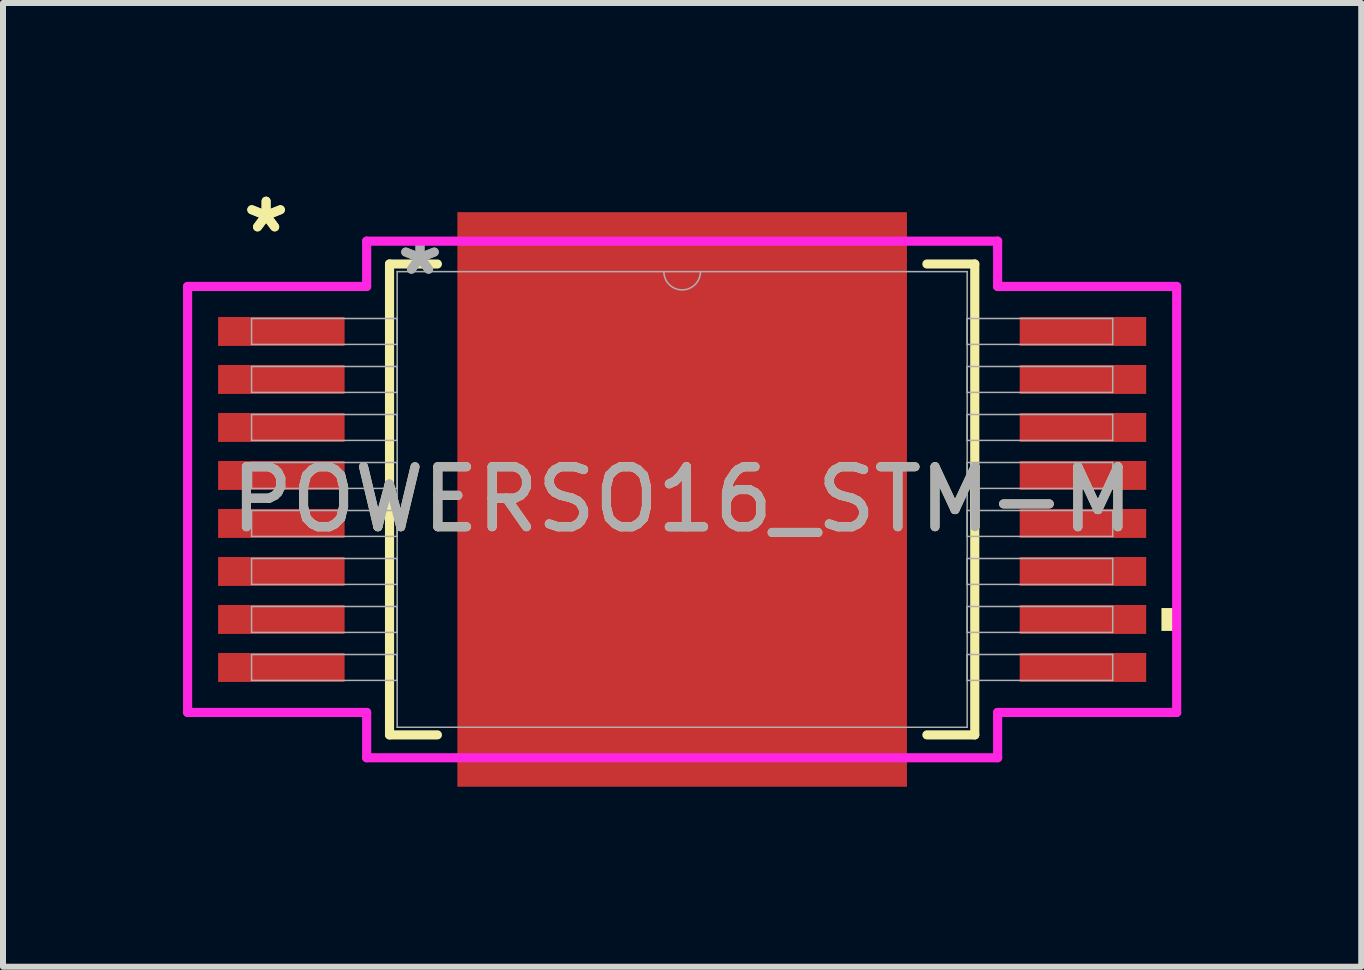
<source format=kicad_pcb>
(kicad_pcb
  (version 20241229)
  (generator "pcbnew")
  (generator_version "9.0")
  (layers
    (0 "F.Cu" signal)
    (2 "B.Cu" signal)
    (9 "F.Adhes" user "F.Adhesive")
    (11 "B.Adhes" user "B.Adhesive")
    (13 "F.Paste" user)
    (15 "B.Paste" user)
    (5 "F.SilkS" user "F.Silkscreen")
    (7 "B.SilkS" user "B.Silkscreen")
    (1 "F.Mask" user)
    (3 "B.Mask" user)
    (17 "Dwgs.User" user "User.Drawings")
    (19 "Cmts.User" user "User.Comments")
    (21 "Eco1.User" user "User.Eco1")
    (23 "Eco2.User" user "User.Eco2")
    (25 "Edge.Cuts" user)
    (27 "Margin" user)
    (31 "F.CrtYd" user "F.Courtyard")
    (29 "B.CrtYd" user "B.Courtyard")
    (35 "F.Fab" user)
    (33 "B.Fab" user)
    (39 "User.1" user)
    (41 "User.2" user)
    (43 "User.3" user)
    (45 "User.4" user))
  (footprint "POWERSO16_STM-M"
    (layer "F.Cu")
    (at 8.319 5.274)
    (property "Reference" "POWERSO16_STM-M" (at 0 0 0) (unlocked yes) (layer "F.SilkS") (effects (font (size 1 1) (thickness 0.15))))
    (attr smd)
    (fp_line (start -4.877 -3.924) (end -4.877 3.924) (stroke (width 0.152) (type solid)) (layer "F.SilkS"))
    (fp_line (start -4.877 3.924) (end -4.079 3.924) (stroke (width 0.152) (type solid)) (layer "F.SilkS"))
    (fp_line (start -4.079 -3.924) (end -4.877 -3.924) (stroke (width 0.152) (type solid)) (layer "F.SilkS"))
    (fp_line (start 4.079 3.924) (end 4.877 3.924) (stroke (width 0.152) (type solid)) (layer "F.SilkS"))
    (fp_line (start 4.877 -3.924) (end 4.079 -3.924) (stroke (width 0.152) (type solid)) (layer "F.SilkS"))
    (fp_line (start 4.877 3.924) (end 4.877 -3.924) (stroke (width 0.152) (type solid)) (layer "F.SilkS"))
    (fp_poly (pts (xy 8.242 1.81) (xy 8.242 2.191) (xy 7.988 2.191) (xy 7.988 1.81)) (stroke (width 0) (type solid)) (fill yes) (layer "F.SilkS"))
    (fp_poly (pts (xy -3.647 -4.688) (xy -3.647 -3.52) (xy -2.348 -3.52) (xy -2.348 -4.688)) (stroke (width 0) (type solid)) (fill yes) (layer "F.Paste"))
    (fp_poly (pts (xy -3.647 -3.32) (xy -3.647 -2.152) (xy -2.348 -2.152) (xy -2.348 -3.32)) (stroke (width 0) (type solid)) (fill yes) (layer "F.Paste"))
    (fp_poly (pts (xy -3.647 -1.952) (xy -3.647 -0.784) (xy -2.348 -0.784) (xy -2.348 -1.952)) (stroke (width 0) (type solid)) (fill yes) (layer "F.Paste"))
    (fp_poly (pts (xy -3.647 -0.584) (xy -3.647 0.584) (xy -2.348 0.584) (xy -2.348 -0.584)) (stroke (width 0) (type solid)) (fill yes) (layer "F.Paste"))
    (fp_poly (pts (xy -3.647 0.784) (xy -3.647 1.952) (xy -2.348 1.952) (xy -2.348 0.784)) (stroke (width 0) (type solid)) (fill yes) (layer "F.Paste"))
    (fp_poly (pts (xy -3.647 2.152) (xy -3.647 3.32) (xy -2.348 3.32) (xy -2.348 2.152)) (stroke (width 0) (type solid)) (fill yes) (layer "F.Paste"))
    (fp_poly (pts (xy -3.647 3.52) (xy -3.647 4.688) (xy -2.348 4.688) (xy -2.348 3.52)) (stroke (width 0) (type solid)) (fill yes) (layer "F.Paste"))
    (fp_poly (pts (xy -2.148 -4.688) (xy -2.148 -3.52) (xy -0.849 -3.52) (xy -0.849 -4.688)) (stroke (width 0) (type solid)) (fill yes) (layer "F.Paste"))
    (fp_poly (pts (xy -2.148 -3.32) (xy -2.148 -2.152) (xy -0.849 -2.152) (xy -0.849 -3.32)) (stroke (width 0) (type solid)) (fill yes) (layer "F.Paste"))
    (fp_poly (pts (xy -2.148 -1.952) (xy -2.148 -0.784) (xy -0.849 -0.784) (xy -0.849 -1.952)) (stroke (width 0) (type solid)) (fill yes) (layer "F.Paste"))
    (fp_poly (pts (xy -2.148 -0.584) (xy -2.148 0.584) (xy -0.849 0.584) (xy -0.849 -0.584)) (stroke (width 0) (type solid)) (fill yes) (layer "F.Paste"))
    (fp_poly (pts (xy -2.148 0.784) (xy -2.148 1.952) (xy -0.849 1.952) (xy -0.849 0.784)) (stroke (width 0) (type solid)) (fill yes) (layer "F.Paste"))
    (fp_poly (pts (xy -2.148 2.152) (xy -2.148 3.32) (xy -0.849 3.32) (xy -0.849 2.152)) (stroke (width 0) (type solid)) (fill yes) (layer "F.Paste"))
    (fp_poly (pts (xy -2.148 3.52) (xy -2.148 4.688) (xy -0.849 4.688) (xy -0.849 3.52)) (stroke (width 0) (type solid)) (fill yes) (layer "F.Paste"))
    (fp_poly (pts (xy -0.649 -4.688) (xy -0.649 -3.52) (xy 0.649 -3.52) (xy 0.649 -4.688)) (stroke (width 0) (type solid)) (fill yes) (layer "F.Paste"))
    (fp_poly (pts (xy -0.649 -3.32) (xy -0.649 -2.152) (xy 0.649 -2.152) (xy 0.649 -3.32)) (stroke (width 0) (type solid)) (fill yes) (layer "F.Paste"))
    (fp_poly (pts (xy -0.649 -1.952) (xy -0.649 -0.784) (xy 0.649 -0.784) (xy 0.649 -1.952)) (stroke (width 0) (type solid)) (fill yes) (layer "F.Paste"))
    (fp_poly (pts (xy -0.649 -0.584) (xy -0.649 0.584) (xy 0.649 0.584) (xy 0.649 -0.584)) (stroke (width 0) (type solid)) (fill yes) (layer "F.Paste"))
    (fp_poly (pts (xy -0.649 0.784) (xy -0.649 1.952) (xy 0.649 1.952) (xy 0.649 0.784)) (stroke (width 0) (type solid)) (fill yes) (layer "F.Paste"))
    (fp_poly (pts (xy -0.649 2.152) (xy -0.649 3.32) (xy 0.649 3.32) (xy 0.649 2.152)) (stroke (width 0) (type solid)) (fill yes) (layer "F.Paste"))
    (fp_poly (pts (xy -0.649 3.52) (xy -0.649 4.688) (xy 0.649 4.688) (xy 0.649 3.52)) (stroke (width 0) (type solid)) (fill yes) (layer "F.Paste"))
    (fp_poly (pts (xy 0.849 -4.688) (xy 0.849 -3.52) (xy 2.148 -3.52) (xy 2.148 -4.688)) (stroke (width 0) (type solid)) (fill yes) (layer "F.Paste"))
    (fp_poly (pts (xy 0.849 -3.32) (xy 0.849 -2.152) (xy 2.148 -2.152) (xy 2.148 -3.32)) (stroke (width 0) (type solid)) (fill yes) (layer "F.Paste"))
    (fp_poly (pts (xy 0.849 -1.952) (xy 0.849 -0.784) (xy 2.148 -0.784) (xy 2.148 -1.952)) (stroke (width 0) (type solid)) (fill yes) (layer "F.Paste"))
    (fp_poly (pts (xy 0.849 -0.584) (xy 0.849 0.584) (xy 2.148 0.584) (xy 2.148 -0.584)) (stroke (width 0) (type solid)) (fill yes) (layer "F.Paste"))
    (fp_poly (pts (xy 0.849 0.784) (xy 0.849 1.952) (xy 2.148 1.952) (xy 2.148 0.784)) (stroke (width 0) (type solid)) (fill yes) (layer "F.Paste"))
    (fp_poly (pts (xy 0.849 2.152) (xy 0.849 3.32) (xy 2.148 3.32) (xy 2.148 2.152)) (stroke (width 0) (type solid)) (fill yes) (layer "F.Paste"))
    (fp_poly (pts (xy 0.849 3.52) (xy 0.849 4.688) (xy 2.148 4.688) (xy 2.148 3.52)) (stroke (width 0) (type solid)) (fill yes) (layer "F.Paste"))
    (fp_poly (pts (xy 2.348 -4.688) (xy 2.348 -3.52) (xy 3.647 -3.52) (xy 3.647 -4.688)) (stroke (width 0) (type solid)) (fill yes) (layer "F.Paste"))
    (fp_poly (pts (xy 2.348 -3.32) (xy 2.348 -2.152) (xy 3.647 -2.152) (xy 3.647 -3.32)) (stroke (width 0) (type solid)) (fill yes) (layer "F.Paste"))
    (fp_poly (pts (xy 2.348 -1.952) (xy 2.348 -0.784) (xy 3.647 -0.784) (xy 3.647 -1.952)) (stroke (width 0) (type solid)) (fill yes) (layer "F.Paste"))
    (fp_poly (pts (xy 2.348 -0.584) (xy 2.348 0.584) (xy 3.647 0.584) (xy 3.647 -0.584)) (stroke (width 0) (type solid)) (fill yes) (layer "F.Paste"))
    (fp_poly (pts (xy 2.348 0.784) (xy 2.348 1.952) (xy 3.647 1.952) (xy 3.647 0.784)) (stroke (width 0) (type solid)) (fill yes) (layer "F.Paste"))
    (fp_poly (pts (xy 2.348 2.152) (xy 2.348 3.32) (xy 3.647 3.32) (xy 3.647 2.152)) (stroke (width 0) (type solid)) (fill yes) (layer "F.Paste"))
    (fp_poly (pts (xy 2.348 3.52) (xy 2.348 4.688) (xy 3.647 4.688) (xy 3.647 3.52)) (stroke (width 0) (type solid)) (fill yes) (layer "F.Paste"))
    (fp_line (start -8.242 -3.55) (end -5.258 -3.55) (stroke (width 0.152) (type solid)) (layer "F.CrtYd"))
    (fp_line (start -8.242 3.55) (end -8.242 -3.55) (stroke (width 0.152) (type solid)) (layer "F.CrtYd"))
    (fp_line (start -8.242 3.55) (end -5.258 3.55) (stroke (width 0.152) (type solid)) (layer "F.CrtYd"))
    (fp_line (start -5.258 -4.305) (end 5.258 -4.305) (stroke (width 0.152) (type solid)) (layer "F.CrtYd"))
    (fp_line (start -5.258 -3.55) (end -5.258 -4.305) (stroke (width 0.152) (type solid)) (layer "F.CrtYd"))
    (fp_line (start -5.258 4.305) (end -5.258 3.55) (stroke (width 0.152) (type solid)) (layer "F.CrtYd"))
    (fp_line (start 5.258 -4.305) (end 5.258 -3.55) (stroke (width 0.152) (type solid)) (layer "F.CrtYd"))
    (fp_line (start 5.258 3.55) (end 5.258 4.305) (stroke (width 0.152) (type solid)) (layer "F.CrtYd"))
    (fp_line (start 5.258 4.305) (end -5.258 4.305) (stroke (width 0.152) (type solid)) (layer "F.CrtYd"))
    (fp_line (start 8.242 -3.55) (end 5.258 -3.55) (stroke (width 0.152) (type solid)) (layer "F.CrtYd"))
    (fp_line (start 8.242 -3.55) (end 8.242 3.55) (stroke (width 0.152) (type solid)) (layer "F.CrtYd"))
    (fp_line (start 8.242 3.55) (end 5.258 3.55) (stroke (width 0.152) (type solid)) (layer "F.CrtYd"))
    (fp_line (start -7.176 -3.016) (end -7.176 -2.584) (stroke (width 0.025) (type solid)) (layer "F.Fab"))
    (fp_line (start -7.176 -2.584) (end -4.75 -2.584) (stroke (width 0.025) (type solid)) (layer "F.Fab"))
    (fp_line (start -7.176 -2.216) (end -7.176 -1.784) (stroke (width 0.025) (type solid)) (layer "F.Fab"))
    (fp_line (start -7.176 -1.784) (end -4.75 -1.784) (stroke (width 0.025) (type solid)) (layer "F.Fab"))
    (fp_line (start -7.176 -1.416) (end -7.176 -0.984) (stroke (width 0.025) (type solid)) (layer "F.Fab"))
    (fp_line (start -7.176 -0.984) (end -4.75 -0.984) (stroke (width 0.025) (type solid)) (layer "F.Fab"))
    (fp_line (start -7.176 -0.616) (end -7.176 -0.184) (stroke (width 0.025) (type solid)) (layer "F.Fab"))
    (fp_line (start -7.176 -0.184) (end -4.75 -0.184) (stroke (width 0.025) (type solid)) (layer "F.Fab"))
    (fp_line (start -7.176 0.184) (end -7.176 0.616) (stroke (width 0.025) (type solid)) (layer "F.Fab"))
    (fp_line (start -7.176 0.616) (end -4.75 0.616) (stroke (width 0.025) (type solid)) (layer "F.Fab"))
    (fp_line (start -7.176 0.984) (end -7.176 1.416) (stroke (width 0.025) (type solid)) (layer "F.Fab"))
    (fp_line (start -7.176 1.416) (end -4.75 1.416) (stroke (width 0.025) (type solid)) (layer "F.Fab"))
    (fp_line (start -7.176 1.784) (end -7.176 2.216) (stroke (width 0.025) (type solid)) (layer "F.Fab"))
    (fp_line (start -7.176 2.216) (end -4.75 2.216) (stroke (width 0.025) (type solid)) (layer "F.Fab"))
    (fp_line (start -7.176 2.584) (end -7.176 3.016) (stroke (width 0.025) (type solid)) (layer "F.Fab"))
    (fp_line (start -7.176 3.016) (end -4.75 3.016) (stroke (width 0.025) (type solid)) (layer "F.Fab"))
    (fp_line (start -4.75 -3.797) (end -4.75 3.797) (stroke (width 0.025) (type solid)) (layer "F.Fab"))
    (fp_line (start -4.75 -3.016) (end -7.176 -3.016) (stroke (width 0.025) (type solid)) (layer "F.Fab"))
    (fp_line (start -4.75 -2.584) (end -4.75 -3.016) (stroke (width 0.025) (type solid)) (layer "F.Fab"))
    (fp_line (start -4.75 -2.216) (end -7.176 -2.216) (stroke (width 0.025) (type solid)) (layer "F.Fab"))
    (fp_line (start -4.75 -1.784) (end -4.75 -2.216) (stroke (width 0.025) (type solid)) (layer "F.Fab"))
    (fp_line (start -4.75 -1.416) (end -7.176 -1.416) (stroke (width 0.025) (type solid)) (layer "F.Fab"))
    (fp_line (start -4.75 -0.984) (end -4.75 -1.416) (stroke (width 0.025) (type solid)) (layer "F.Fab"))
    (fp_line (start -4.75 -0.616) (end -7.176 -0.616) (stroke (width 0.025) (type solid)) (layer "F.Fab"))
    (fp_line (start -4.75 -0.184) (end -4.75 -0.616) (stroke (width 0.025) (type solid)) (layer "F.Fab"))
    (fp_line (start -4.75 0.184) (end -7.176 0.184) (stroke (width 0.025) (type solid)) (layer "F.Fab"))
    (fp_line (start -4.75 0.616) (end -4.75 0.184) (stroke (width 0.025) (type solid)) (layer "F.Fab"))
    (fp_line (start -4.75 0.984) (end -7.176 0.984) (stroke (width 0.025) (type solid)) (layer "F.Fab"))
    (fp_line (start -4.75 1.416) (end -4.75 0.984) (stroke (width 0.025) (type solid)) (layer "F.Fab"))
    (fp_line (start -4.75 1.784) (end -7.176 1.784) (stroke (width 0.025) (type solid)) (layer "F.Fab"))
    (fp_line (start -4.75 2.216) (end -4.75 1.784) (stroke (width 0.025) (type solid)) (layer "F.Fab"))
    (fp_line (start -4.75 2.584) (end -7.176 2.584) (stroke (width 0.025) (type solid)) (layer "F.Fab"))
    (fp_line (start -4.75 3.016) (end -4.75 2.584) (stroke (width 0.025) (type solid)) (layer "F.Fab"))
    (fp_line (start -4.75 3.797) (end 4.75 3.797) (stroke (width 0.025) (type solid)) (layer "F.Fab"))
    (fp_line (start 4.75 -3.797) (end -4.75 -3.797) (stroke (width 0.025) (type solid)) (layer "F.Fab"))
    (fp_line (start 4.75 -3.016) (end 4.75 -2.584) (stroke (width 0.025) (type solid)) (layer "F.Fab"))
    (fp_line (start 4.75 -2.584) (end 7.176 -2.584) (stroke (width 0.025) (type solid)) (layer "F.Fab"))
    (fp_line (start 4.75 -2.216) (end 4.75 -1.784) (stroke (width 0.025) (type solid)) (layer "F.Fab"))
    (fp_line (start 4.75 -1.784) (end 7.176 -1.784) (stroke (width 0.025) (type solid)) (layer "F.Fab"))
    (fp_line (start 4.75 -1.416) (end 4.75 -0.984) (stroke (width 0.025) (type solid)) (layer "F.Fab"))
    (fp_line (start 4.75 -0.984) (end 7.176 -0.984) (stroke (width 0.025) (type solid)) (layer "F.Fab"))
    (fp_line (start 4.75 -0.616) (end 4.75 -0.184) (stroke (width 0.025) (type solid)) (layer "F.Fab"))
    (fp_line (start 4.75 -0.184) (end 7.176 -0.184) (stroke (width 0.025) (type solid)) (layer "F.Fab"))
    (fp_line (start 4.75 0.184) (end 4.75 0.616) (stroke (width 0.025) (type solid)) (layer "F.Fab"))
    (fp_line (start 4.75 0.616) (end 7.176 0.616) (stroke (width 0.025) (type solid)) (layer "F.Fab"))
    (fp_line (start 4.75 0.984) (end 4.75 1.416) (stroke (width 0.025) (type solid)) (layer "F.Fab"))
    (fp_line (start 4.75 1.416) (end 7.176 1.416) (stroke (width 0.025) (type solid)) (layer "F.Fab"))
    (fp_line (start 4.75 1.784) (end 4.75 2.216) (stroke (width 0.025) (type solid)) (layer "F.Fab"))
    (fp_line (start 4.75 2.216) (end 7.176 2.216) (stroke (width 0.025) (type solid)) (layer "F.Fab"))
    (fp_line (start 4.75 2.584) (end 4.75 3.016) (stroke (width 0.025) (type solid)) (layer "F.Fab"))
    (fp_line (start 4.75 3.016) (end 7.176 3.016) (stroke (width 0.025) (type solid)) (layer "F.Fab"))
    (fp_line (start 4.75 3.797) (end 4.75 -3.797) (stroke (width 0.025) (type solid)) (layer "F.Fab"))
    (fp_line (start 7.176 -3.016) (end 4.75 -3.016) (stroke (width 0.025) (type solid)) (layer "F.Fab"))
    (fp_line (start 7.176 -2.584) (end 7.176 -3.016) (stroke (width 0.025) (type solid)) (layer "F.Fab"))
    (fp_line (start 7.176 -2.216) (end 4.75 -2.216) (stroke (width 0.025) (type solid)) (layer "F.Fab"))
    (fp_line (start 7.176 -1.784) (end 7.176 -2.216) (stroke (width 0.025) (type solid)) (layer "F.Fab"))
    (fp_line (start 7.176 -1.416) (end 4.75 -1.416) (stroke (width 0.025) (type solid)) (layer "F.Fab"))
    (fp_line (start 7.176 -0.984) (end 7.176 -1.416) (stroke (width 0.025) (type solid)) (layer "F.Fab"))
    (fp_line (start 7.176 -0.616) (end 4.75 -0.616) (stroke (width 0.025) (type solid)) (layer "F.Fab"))
    (fp_line (start 7.176 -0.184) (end 7.176 -0.616) (stroke (width 0.025) (type solid)) (layer "F.Fab"))
    (fp_line (start 7.176 0.184) (end 4.75 0.184) (stroke (width 0.025) (type solid)) (layer "F.Fab"))
    (fp_line (start 7.176 0.616) (end 7.176 0.184) (stroke (width 0.025) (type solid)) (layer "F.Fab"))
    (fp_line (start 7.176 0.984) (end 4.75 0.984) (stroke (width 0.025) (type solid)) (layer "F.Fab"))
    (fp_line (start 7.176 1.416) (end 7.176 0.984) (stroke (width 0.025) (type solid)) (layer "F.Fab"))
    (fp_line (start 7.176 1.784) (end 4.75 1.784) (stroke (width 0.025) (type solid)) (layer "F.Fab"))
    (fp_line (start 7.176 2.216) (end 7.176 1.784) (stroke (width 0.025) (type solid)) (layer "F.Fab"))
    (fp_line (start 7.176 2.584) (end 4.75 2.584) (stroke (width 0.025) (type solid)) (layer "F.Fab"))
    (fp_line (start 7.176 3.016) (end 7.176 2.584) (stroke (width 0.025) (type solid)) (layer "F.Fab"))
    (fp_arc (start 0.3048 -3.7973) (mid 0 -3.4925) (end -0.3048 -3.7973) (stroke (width 0.0254) (type solid)) (layer "F.Fab"))
    (fp_text user "*" (at -6.934 -4.426 0) (layer "F.SilkS") (effects (font (size 1 1) (thickness 0.15))))
    (fp_text user "*" (at -6.934 -4.426 0) (unlocked yes) (layer "F.SilkS") (effects (font (size 1 1) (thickness 0.15))))
    (fp_text user "*" (at -4.369 -3.721 0) (layer "F.Fab") (effects (font (size 1 1) (thickness 0.15))))
    (fp_text user "${REFERENCE}" (at 0 0 0) (unlocked yes) (layer "F.Fab") (effects (font (size 1 1) (thickness 0.15))))
    (fp_text user "*" (at -4.369 -3.721 0) (unlocked yes) (layer "F.Fab") (effects (font (size 1 1) (thickness 0.15))))
    (pad "1" smd rect (at -6.68 -2.8) (size 2.108 0.483) (layers "F.Cu" "F.Mask" "F.Paste"))
    (pad "2" smd rect (at -6.68 -2) (size 2.108 0.483) (layers "F.Cu" "F.Mask" "F.Paste"))
    (pad "3" smd rect (at -6.68 -1.2) (size 2.108 0.483) (layers "F.Cu" "F.Mask" "F.Paste"))
    (pad "4" smd rect (at -6.68 -0.4) (size 2.108 0.483) (layers "F.Cu" "F.Mask" "F.Paste"))
    (pad "5" smd rect (at -6.68 0.4) (size 2.108 0.483) (layers "F.Cu" "F.Mask" "F.Paste"))
    (pad "6" smd rect (at -6.68 1.2) (size 2.108 0.483) (layers "F.Cu" "F.Mask" "F.Paste"))
    (pad "7" smd rect (at -6.68 2) (size 2.108 0.483) (layers "F.Cu" "F.Mask" "F.Paste"))
    (pad "8" smd rect (at -6.68 2.8) (size 2.108 0.483) (layers "F.Cu" "F.Mask" "F.Paste"))
    (pad "9" smd rect (at 6.68 2.8) (size 2.108 0.483) (layers "F.Cu" "F.Mask" "F.Paste"))
    (pad "10" smd rect (at 6.68 2) (size 2.108 0.483) (layers "F.Cu" "F.Mask" "F.Paste"))
    (pad "11" smd rect (at 6.68 1.2) (size 2.108 0.483) (layers "F.Cu" "F.Mask" "F.Paste"))
    (pad "12" smd rect (at 6.68 0.4) (size 2.108 0.483) (layers "F.Cu" "F.Mask" "F.Paste"))
    (pad "13" smd rect (at 6.68 -0.4) (size 2.108 0.483) (layers "F.Cu" "F.Mask" "F.Paste"))
    (pad "14" smd rect (at 6.68 -1.2) (size 2.108 0.483) (layers "F.Cu" "F.Mask" "F.Paste"))
    (pad "15" smd rect (at 6.68 -2) (size 2.108 0.483) (layers "F.Cu" "F.Mask" "F.Paste"))
    (pad "16" smd rect (at 6.68 -2.8) (size 2.108 0.483) (layers "F.Cu" "F.Mask" "F.Paste"))
    (pad "EPAD" smd rect (at 0 0) (size 7.493 9.576) (layers "F.Cu" "F.Mask")))
  (gr_rect
    (start -3 -3)
    (end 19.637 13.062)
    (stroke (width 0.1) (type default))
    (fill no)
    (layer "Edge.Cuts")))
</source>
